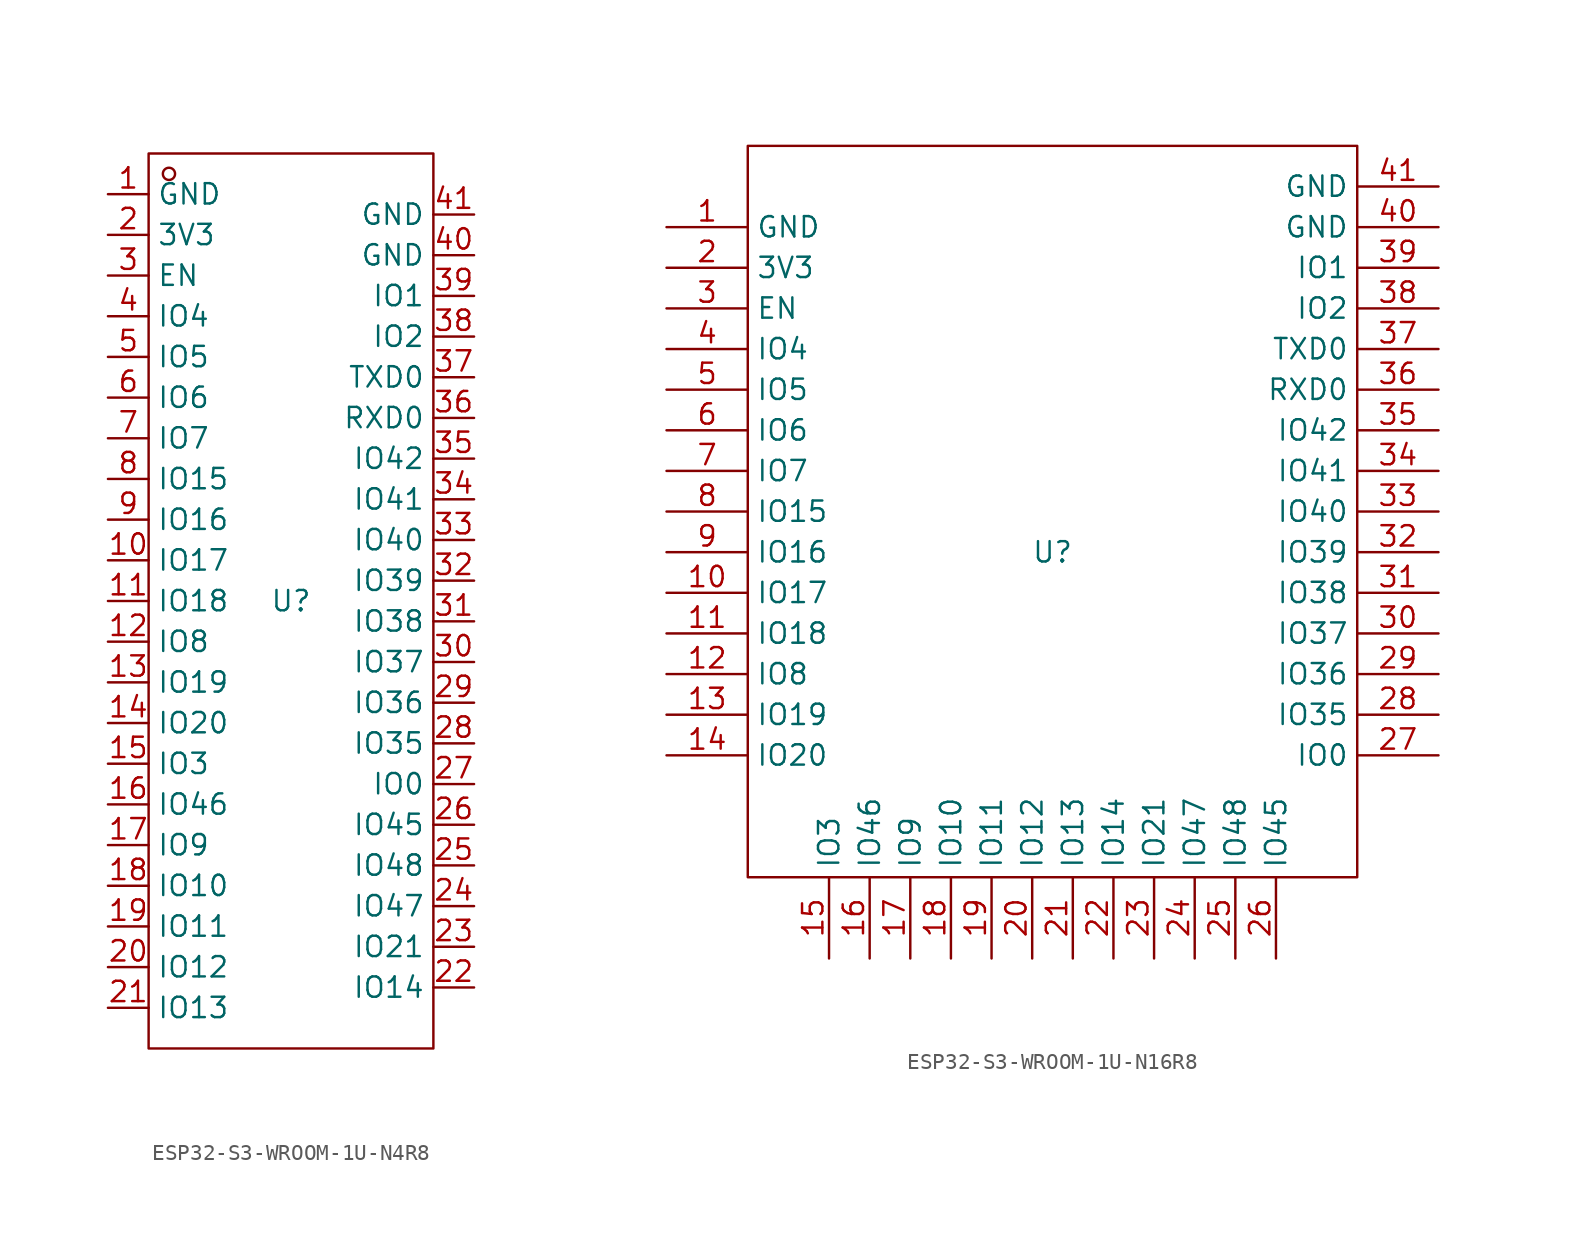
<source format=kicad_sym>
(kicad_symbol_lib
  (version 20231120)
  (generator "kicad_symbol_editor")
  (generator_version "8.0")
  (symbol "ESP32-S3-WROOM-1U-N4R8"
    (property "Reference" "U"
      (at 0 0 0)
      (effects (font (size 1.27 1.27))))
    (property "Value" ""
      (at 0 0 0)
      (effects (font (size 1.27 1.27))))
    (symbol "ESP32-S3-WROOM-1U-N4R8_1_0"
      (rectangle (start -8.89 -27.94) (end 8.89 27.94) (stroke (width 0) (type default)) (fill (type none)))
      (circle (center -7.62 26.67) (radius 0.381) (stroke (width 0) (type default)) (fill (type none)))
      (pin unspecified line (at -11.43 25.4 0) (length 2.54) (name "GND" (effects (font (size 1.27 1.27)))) (number "1" (effects (font (size 1.27 1.27)))))
      (pin unspecified line (at -11.43 2.54 0) (length 2.54) (name "IO17" (effects (font (size 1.27 1.27)))) (number "10" (effects (font (size 1.27 1.27)))))
      (pin unspecified line (at -11.43 0 0) (length 2.54) (name "IO18" (effects (font (size 1.27 1.27)))) (number "11" (effects (font (size 1.27 1.27)))))
      (pin unspecified line (at -11.43 -2.54 0) (length 2.54) (name "IO8" (effects (font (size 1.27 1.27)))) (number "12" (effects (font (size 1.27 1.27)))))
      (pin unspecified line (at -11.43 -5.08 0) (length 2.54) (name "IO19" (effects (font (size 1.27 1.27)))) (number "13" (effects (font (size 1.27 1.27)))))
      (pin unspecified line (at -11.43 -7.62 0) (length 2.54) (name "IO20" (effects (font (size 1.27 1.27)))) (number "14" (effects (font (size 1.27 1.27)))))
      (pin unspecified line (at -11.43 -10.16 0) (length 2.54) (name "IO3" (effects (font (size 1.27 1.27)))) (number "15" (effects (font (size 1.27 1.27)))))
      (pin unspecified line (at -11.43 -12.7 0) (length 2.54) (name "IO46" (effects (font (size 1.27 1.27)))) (number "16" (effects (font (size 1.27 1.27)))))
      (pin unspecified line (at -11.43 -15.24 0) (length 2.54) (name "IO9" (effects (font (size 1.27 1.27)))) (number "17" (effects (font (size 1.27 1.27)))))
      (pin unspecified line (at -11.43 -17.78 0) (length 2.54) (name "IO10" (effects (font (size 1.27 1.27)))) (number "18" (effects (font (size 1.27 1.27)))))
      (pin unspecified line (at -11.43 -20.32 0) (length 2.54) (name "IO11" (effects (font (size 1.27 1.27)))) (number "19" (effects (font (size 1.27 1.27)))))
      (pin unspecified line (at -11.43 22.86 0) (length 2.54) (name "3V3" (effects (font (size 1.27 1.27)))) (number "2" (effects (font (size 1.27 1.27)))))
      (pin unspecified line (at -11.43 -22.86 0) (length 2.54) (name "IO12" (effects (font (size 1.27 1.27)))) (number "20" (effects (font (size 1.27 1.27)))))
      (pin unspecified line (at -11.43 -25.4 0) (length 2.54) (name "IO13" (effects (font (size 1.27 1.27)))) (number "21" (effects (font (size 1.27 1.27)))))
      (pin unspecified line (at 11.43 -24.13 180) (length 2.54) (name "IO14" (effects (font (size 1.27 1.27)))) (number "22" (effects (font (size 1.27 1.27)))))
      (pin unspecified line (at 11.43 -21.59 180) (length 2.54) (name "IO21" (effects (font (size 1.27 1.27)))) (number "23" (effects (font (size 1.27 1.27)))))
      (pin unspecified line (at 11.43 -19.05 180) (length 2.54) (name "IO47" (effects (font (size 1.27 1.27)))) (number "24" (effects (font (size 1.27 1.27)))))
      (pin unspecified line (at 11.43 -16.51 180) (length 2.54) (name "IO48" (effects (font (size 1.27 1.27)))) (number "25" (effects (font (size 1.27 1.27)))))
      (pin unspecified line (at 11.43 -13.97 180) (length 2.54) (name "IO45" (effects (font (size 1.27 1.27)))) (number "26" (effects (font (size 1.27 1.27)))))
      (pin unspecified line (at 11.43 -11.43 180) (length 2.54) (name "IO0" (effects (font (size 1.27 1.27)))) (number "27" (effects (font (size 1.27 1.27)))))
      (pin unspecified line (at 11.43 -8.89 180) (length 2.54) (name "IO35" (effects (font (size 1.27 1.27)))) (number "28" (effects (font (size 1.27 1.27)))))
      (pin unspecified line (at 11.43 -6.35 180) (length 2.54) (name "IO36" (effects (font (size 1.27 1.27)))) (number "29" (effects (font (size 1.27 1.27)))))
      (pin unspecified line (at -11.43 20.32 0) (length 2.54) (name "EN" (effects (font (size 1.27 1.27)))) (number "3" (effects (font (size 1.27 1.27)))))
      (pin unspecified line (at 11.43 -3.81 180) (length 2.54) (name "IO37" (effects (font (size 1.27 1.27)))) (number "30" (effects (font (size 1.27 1.27)))))
      (pin unspecified line (at 11.43 -1.27 180) (length 2.54) (name "IO38" (effects (font (size 1.27 1.27)))) (number "31" (effects (font (size 1.27 1.27)))))
      (pin unspecified line (at 11.43 1.27 180) (length 2.54) (name "IO39" (effects (font (size 1.27 1.27)))) (number "32" (effects (font (size 1.27 1.27)))))
      (pin unspecified line (at 11.43 3.81 180) (length 2.54) (name "IO40" (effects (font (size 1.27 1.27)))) (number "33" (effects (font (size 1.27 1.27)))))
      (pin unspecified line (at 11.43 6.35 180) (length 2.54) (name "IO41" (effects (font (size 1.27 1.27)))) (number "34" (effects (font (size 1.27 1.27)))))
      (pin unspecified line (at 11.43 8.89 180) (length 2.54) (name "IO42" (effects (font (size 1.27 1.27)))) (number "35" (effects (font (size 1.27 1.27)))))
      (pin unspecified line (at 11.43 11.43 180) (length 2.54) (name "RXD0" (effects (font (size 1.27 1.27)))) (number "36" (effects (font (size 1.27 1.27)))))
      (pin unspecified line (at 11.43 13.97 180) (length 2.54) (name "TXD0" (effects (font (size 1.27 1.27)))) (number "37" (effects (font (size 1.27 1.27)))))
      (pin unspecified line (at 11.43 16.51 180) (length 2.54) (name "IO2" (effects (font (size 1.27 1.27)))) (number "38" (effects (font (size 1.27 1.27)))))
      (pin unspecified line (at 11.43 19.05 180) (length 2.54) (name "IO1" (effects (font (size 1.27 1.27)))) (number "39" (effects (font (size 1.27 1.27)))))
      (pin unspecified line (at -11.43 17.78 0) (length 2.54) (name "IO4" (effects (font (size 1.27 1.27)))) (number "4" (effects (font (size 1.27 1.27)))))
      (pin unspecified line (at 11.43 21.59 180) (length 2.54) (name "GND" (effects (font (size 1.27 1.27)))) (number "40" (effects (font (size 1.27 1.27)))))
      (pin unspecified line (at 11.43 24.13 180) (length 2.54) (name "GND" (effects (font (size 1.27 1.27)))) (number "41" (effects (font (size 1.27 1.27)))))
      (pin unspecified line (at -11.43 15.24 0) (length 2.54) (name "IO5" (effects (font (size 1.27 1.27)))) (number "5" (effects (font (size 1.27 1.27)))))
      (pin unspecified line (at -11.43 12.7 0) (length 2.54) (name "IO6" (effects (font (size 1.27 1.27)))) (number "6" (effects (font (size 1.27 1.27)))))
      (pin unspecified line (at -11.43 10.16 0) (length 2.54) (name "IO7" (effects (font (size 1.27 1.27)))) (number "7" (effects (font (size 1.27 1.27)))))
      (pin unspecified line (at -11.43 7.62 0) (length 2.54) (name "IO15" (effects (font (size 1.27 1.27)))) (number "8" (effects (font (size 1.27 1.27)))))
      (pin unspecified line (at -11.43 5.08 0) (length 2.54) (name "IO16" (effects (font (size 1.27 1.27)))) (number "9" (effects (font (size 1.27 1.27)))))))
  (symbol "ESP32-S3-WROOM-1U-N16R8"
    (property "Reference" "U"
      (at 0 0 0)
      (effects (font (size 1.27 1.27))))
    (property "Value" ""
      (at 0 0 0)
      (effects (font (size 1.27 1.27))))
    (symbol "ESP32-S3-WROOM-1U-N16R8_1_0"
      (rectangle (start -19.05 -20.32) (end 19.05 25.4) (stroke (width 0) (type default)) (fill (type none)))
      (pin unspecified line (at -24.13 20.32 0) (length 5.08) (name "GND" (effects (font (size 1.27 1.27)))) (number "1" (effects (font (size 1.27 1.27)))))
      (pin unspecified line (at -24.13 -2.54 0) (length 5.08) (name "IO17" (effects (font (size 1.27 1.27)))) (number "10" (effects (font (size 1.27 1.27)))))
      (pin unspecified line (at -24.13 -5.08 0) (length 5.08) (name "IO18" (effects (font (size 1.27 1.27)))) (number "11" (effects (font (size 1.27 1.27)))))
      (pin unspecified line (at -24.13 -7.62 0) (length 5.08) (name "IO8" (effects (font (size 1.27 1.27)))) (number "12" (effects (font (size 1.27 1.27)))))
      (pin unspecified line (at -24.13 -10.16 0) (length 5.08) (name "IO19" (effects (font (size 1.27 1.27)))) (number "13" (effects (font (size 1.27 1.27)))))
      (pin unspecified line (at -24.13 -12.7 0) (length 5.08) (name "IO20" (effects (font (size 1.27 1.27)))) (number "14" (effects (font (size 1.27 1.27)))))
      (pin unspecified line (at -13.97 -25.4 90) (length 5.08) (name "IO3" (effects (font (size 1.27 1.27)))) (number "15" (effects (font (size 1.27 1.27)))))
      (pin unspecified line (at -11.43 -25.4 90) (length 5.08) (name "IO46" (effects (font (size 1.27 1.27)))) (number "16" (effects (font (size 1.27 1.27)))))
      (pin unspecified line (at -8.89 -25.4 90) (length 5.08) (name "IO9" (effects (font (size 1.27 1.27)))) (number "17" (effects (font (size 1.27 1.27)))))
      (pin unspecified line (at -6.35 -25.4 90) (length 5.08) (name "IO10" (effects (font (size 1.27 1.27)))) (number "18" (effects (font (size 1.27 1.27)))))
      (pin unspecified line (at -3.81 -25.4 90) (length 5.08) (name "IO11" (effects (font (size 1.27 1.27)))) (number "19" (effects (font (size 1.27 1.27)))))
      (pin unspecified line (at -24.13 17.78 0) (length 5.08) (name "3V3" (effects (font (size 1.27 1.27)))) (number "2" (effects (font (size 1.27 1.27)))))
      (pin unspecified line (at -1.27 -25.4 90) (length 5.08) (name "IO12" (effects (font (size 1.27 1.27)))) (number "20" (effects (font (size 1.27 1.27)))))
      (pin unspecified line (at 1.27 -25.4 90) (length 5.08) (name "IO13" (effects (font (size 1.27 1.27)))) (number "21" (effects (font (size 1.27 1.27)))))
      (pin unspecified line (at 3.81 -25.4 90) (length 5.08) (name "IO14" (effects (font (size 1.27 1.27)))) (number "22" (effects (font (size 1.27 1.27)))))
      (pin unspecified line (at 6.35 -25.4 90) (length 5.08) (name "IO21" (effects (font (size 1.27 1.27)))) (number "23" (effects (font (size 1.27 1.27)))))
      (pin unspecified line (at 8.89 -25.4 90) (length 5.08) (name "IO47" (effects (font (size 1.27 1.27)))) (number "24" (effects (font (size 1.27 1.27)))))
      (pin unspecified line (at 11.43 -25.4 90) (length 5.08) (name "IO48" (effects (font (size 1.27 1.27)))) (number "25" (effects (font (size 1.27 1.27)))))
      (pin unspecified line (at 13.97 -25.4 90) (length 5.08) (name "IO45" (effects (font (size 1.27 1.27)))) (number "26" (effects (font (size 1.27 1.27)))))
      (pin unspecified line (at 24.13 -12.7 180) (length 5.08) (name "IO0" (effects (font (size 1.27 1.27)))) (number "27" (effects (font (size 1.27 1.27)))))
      (pin unspecified line (at 24.13 -10.16 180) (length 5.08) (name "IO35" (effects (font (size 1.27 1.27)))) (number "28" (effects (font (size 1.27 1.27)))))
      (pin unspecified line (at 24.13 -7.62 180) (length 5.08) (name "IO36" (effects (font (size 1.27 1.27)))) (number "29" (effects (font (size 1.27 1.27)))))
      (pin unspecified line (at -24.13 15.24 0) (length 5.08) (name "EN" (effects (font (size 1.27 1.27)))) (number "3" (effects (font (size 1.27 1.27)))))
      (pin unspecified line (at 24.13 -5.08 180) (length 5.08) (name "IO37" (effects (font (size 1.27 1.27)))) (number "30" (effects (font (size 1.27 1.27)))))
      (pin unspecified line (at 24.13 -2.54 180) (length 5.08) (name "IO38" (effects (font (size 1.27 1.27)))) (number "31" (effects (font (size 1.27 1.27)))))
      (pin unspecified line (at 24.13 0 180) (length 5.08) (name "IO39" (effects (font (size 1.27 1.27)))) (number "32" (effects (font (size 1.27 1.27)))))
      (pin unspecified line (at 24.13 2.54 180) (length 5.08) (name "IO40" (effects (font (size 1.27 1.27)))) (number "33" (effects (font (size 1.27 1.27)))))
      (pin unspecified line (at 24.13 5.08 180) (length 5.08) (name "IO41" (effects (font (size 1.27 1.27)))) (number "34" (effects (font (size 1.27 1.27)))))
      (pin unspecified line (at 24.13 7.62 180) (length 5.08) (name "IO42" (effects (font (size 1.27 1.27)))) (number "35" (effects (font (size 1.27 1.27)))))
      (pin unspecified line (at 24.13 10.16 180) (length 5.08) (name "RXD0" (effects (font (size 1.27 1.27)))) (number "36" (effects (font (size 1.27 1.27)))))
      (pin unspecified line (at 24.13 12.7 180) (length 5.08) (name "TXD0" (effects (font (size 1.27 1.27)))) (number "37" (effects (font (size 1.27 1.27)))))
      (pin unspecified line (at 24.13 15.24 180) (length 5.08) (name "IO2" (effects (font (size 1.27 1.27)))) (number "38" (effects (font (size 1.27 1.27)))))
      (pin unspecified line (at 24.13 17.78 180) (length 5.08) (name "IO1" (effects (font (size 1.27 1.27)))) (number "39" (effects (font (size 1.27 1.27)))))
      (pin unspecified line (at -24.13 12.7 0) (length 5.08) (name "IO4" (effects (font (size 1.27 1.27)))) (number "4" (effects (font (size 1.27 1.27)))))
      (pin unspecified line (at 24.13 20.32 180) (length 5.08) (name "GND" (effects (font (size 1.27 1.27)))) (number "40" (effects (font (size 1.27 1.27)))))
      (pin unspecified line (at 24.13 22.86 180) (length 5.08) (name "GND" (effects (font (size 1.27 1.27)))) (number "41" (effects (font (size 1.27 1.27)))))
      (pin unspecified line (at -24.13 10.16 0) (length 5.08) (name "IO5" (effects (font (size 1.27 1.27)))) (number "5" (effects (font (size 1.27 1.27)))))
      (pin unspecified line (at -24.13 7.62 0) (length 5.08) (name "IO6" (effects (font (size 1.27 1.27)))) (number "6" (effects (font (size 1.27 1.27)))))
      (pin unspecified line (at -24.13 5.08 0) (length 5.08) (name "IO7" (effects (font (size 1.27 1.27)))) (number "7" (effects (font (size 1.27 1.27)))))
      (pin unspecified line (at -24.13 2.54 0) (length 5.08) (name "IO15" (effects (font (size 1.27 1.27)))) (number "8" (effects (font (size 1.27 1.27)))))
      (pin unspecified line (at -24.13 0 0) (length 5.08) (name "IO16" (effects (font (size 1.27 1.27)))) (number "9" (effects (font (size 1.27 1.27))))))))
</source>
